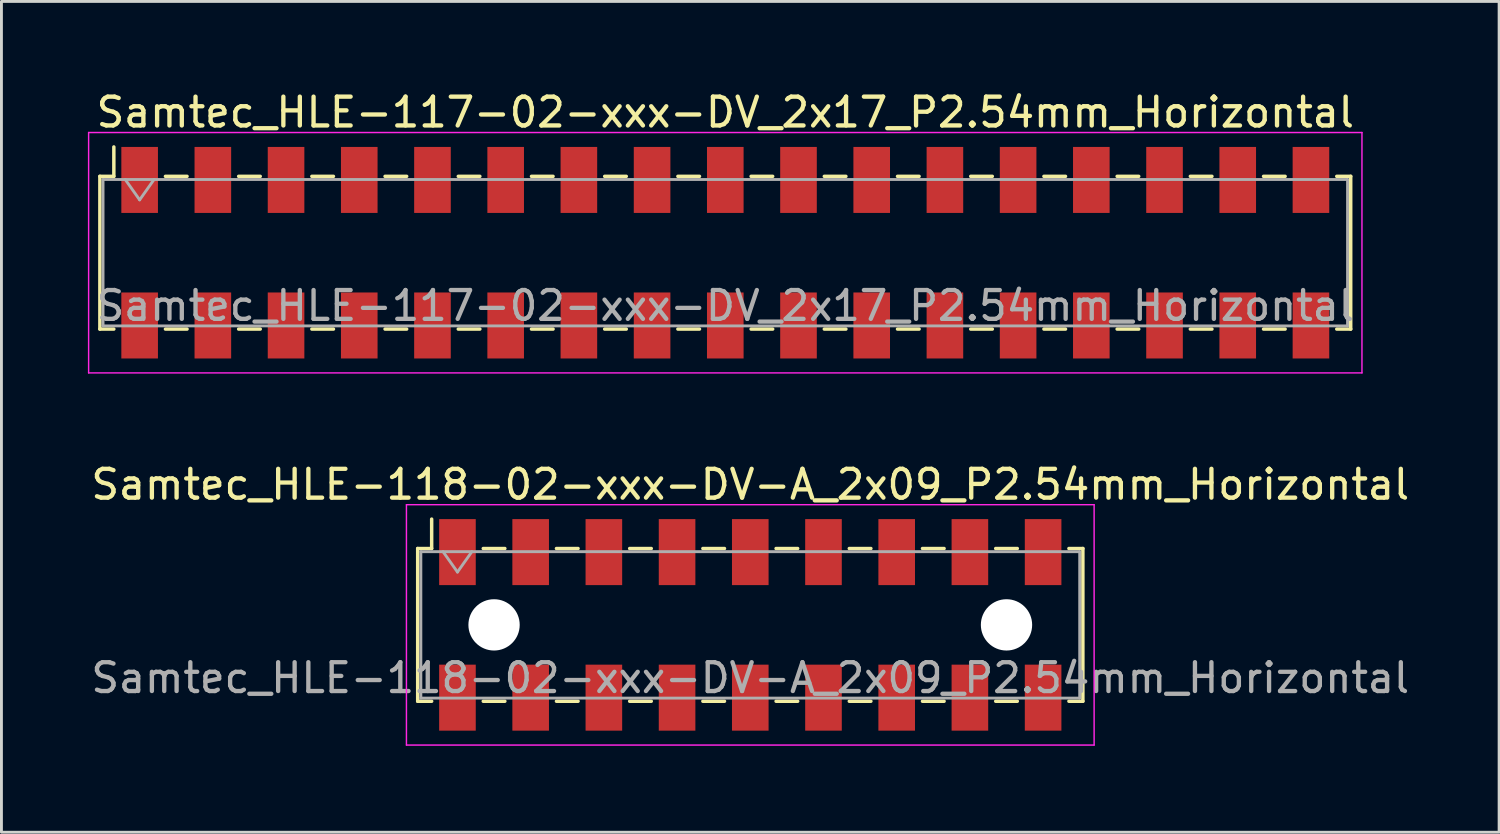
<source format=kicad_pcb>
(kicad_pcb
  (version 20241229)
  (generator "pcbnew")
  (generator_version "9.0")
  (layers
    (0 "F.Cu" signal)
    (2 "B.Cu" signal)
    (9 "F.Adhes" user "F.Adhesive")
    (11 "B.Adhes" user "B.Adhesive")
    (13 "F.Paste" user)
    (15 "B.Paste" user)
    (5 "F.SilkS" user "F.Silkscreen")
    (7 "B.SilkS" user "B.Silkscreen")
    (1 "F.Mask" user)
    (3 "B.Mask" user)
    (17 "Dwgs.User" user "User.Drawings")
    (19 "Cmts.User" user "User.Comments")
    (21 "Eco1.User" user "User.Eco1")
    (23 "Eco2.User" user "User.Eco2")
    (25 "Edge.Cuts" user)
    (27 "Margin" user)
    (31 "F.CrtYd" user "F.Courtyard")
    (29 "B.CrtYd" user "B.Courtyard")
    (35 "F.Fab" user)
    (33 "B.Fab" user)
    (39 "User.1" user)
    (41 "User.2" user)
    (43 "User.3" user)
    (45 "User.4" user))
  (footprint "Samtec_HLE-118-02-xxx-DV-A_2x09_P2.54mm_Horizontal"
    (layer "F.Cu")
    (at 22.982 18.631)
    (property "Reference" "Samtec_HLE-118-02-xxx-DV-A_2x09_P2.54mm_Horizontal" (at 0 -4.87 0) (layer "F.SilkS") (effects (font (size 1 1) (thickness 0.15))))
    (attr smd)
    (fp_line (start -11.54 -2.65) (end -11.54 2.65) (stroke (width 0.12) (type solid)) (layer "F.SilkS"))
    (fp_line (start -11.54 2.65) (end -11.055 2.65) (stroke (width 0.12) (type solid)) (layer "F.SilkS"))
    (fp_line (start -11.055 -3.67) (end -11.055 -2.65) (stroke (width 0.12) (type solid)) (layer "F.SilkS"))
    (fp_line (start -11.055 -2.65) (end -11.54 -2.65) (stroke (width 0.12) (type solid)) (layer "F.SilkS"))
    (fp_line (start -9.265 -2.65) (end -8.515 -2.65) (stroke (width 0.12) (type solid)) (layer "F.SilkS"))
    (fp_line (start -9.265 2.65) (end -8.515 2.65) (stroke (width 0.12) (type solid)) (layer "F.SilkS"))
    (fp_line (start -6.725 -2.65) (end -5.975 -2.65) (stroke (width 0.12) (type solid)) (layer "F.SilkS"))
    (fp_line (start -6.725 2.65) (end -5.975 2.65) (stroke (width 0.12) (type solid)) (layer "F.SilkS"))
    (fp_line (start -4.185 -2.65) (end -3.435 -2.65) (stroke (width 0.12) (type solid)) (layer "F.SilkS"))
    (fp_line (start -4.185 2.65) (end -3.435 2.65) (stroke (width 0.12) (type solid)) (layer "F.SilkS"))
    (fp_line (start -1.645 -2.65) (end -0.895 -2.65) (stroke (width 0.12) (type solid)) (layer "F.SilkS"))
    (fp_line (start -1.645 2.65) (end -0.895 2.65) (stroke (width 0.12) (type solid)) (layer "F.SilkS"))
    (fp_line (start 0.895 -2.65) (end 1.645 -2.65) (stroke (width 0.12) (type solid)) (layer "F.SilkS"))
    (fp_line (start 0.895 2.65) (end 1.645 2.65) (stroke (width 0.12) (type solid)) (layer "F.SilkS"))
    (fp_line (start 3.435 -2.65) (end 4.185 -2.65) (stroke (width 0.12) (type solid)) (layer "F.SilkS"))
    (fp_line (start 3.435 2.65) (end 4.185 2.65) (stroke (width 0.12) (type solid)) (layer "F.SilkS"))
    (fp_line (start 5.975 -2.65) (end 6.725 -2.65) (stroke (width 0.12) (type solid)) (layer "F.SilkS"))
    (fp_line (start 5.975 2.65) (end 6.725 2.65) (stroke (width 0.12) (type solid)) (layer "F.SilkS"))
    (fp_line (start 8.515 -2.65) (end 9.265 -2.65) (stroke (width 0.12) (type solid)) (layer "F.SilkS"))
    (fp_line (start 8.515 2.65) (end 9.265 2.65) (stroke (width 0.12) (type solid)) (layer "F.SilkS"))
    (fp_line (start 11.055 -2.65) (end 11.54 -2.65) (stroke (width 0.12) (type solid)) (layer "F.SilkS"))
    (fp_line (start 11.54 -2.65) (end 11.54 2.65) (stroke (width 0.12) (type solid)) (layer "F.SilkS"))
    (fp_line (start 11.54 2.65) (end 11.055 2.65) (stroke (width 0.12) (type solid)) (layer "F.SilkS"))
    (fp_line (start -11.93 -4.17) (end 11.93 -4.17) (stroke (width 0.05) (type solid)) (layer "F.CrtYd"))
    (fp_line (start -11.93 4.17) (end -11.93 -4.17) (stroke (width 0.05) (type solid)) (layer "F.CrtYd"))
    (fp_line (start 11.93 -4.17) (end 11.93 4.17) (stroke (width 0.05) (type solid)) (layer "F.CrtYd"))
    (fp_line (start 11.93 4.17) (end -11.93 4.17) (stroke (width 0.05) (type solid)) (layer "F.CrtYd"))
    (fp_line (start -11.43 -2.54) (end 11.43 -2.54) (stroke (width 0.1) (type solid)) (layer "F.Fab"))
    (fp_line (start -11.43 2.54) (end -11.43 -2.54) (stroke (width 0.1) (type solid)) (layer "F.Fab"))
    (fp_line (start -10.66 -2.54) (end -10.16 -1.833) (stroke (width 0.1) (type solid)) (layer "F.Fab"))
    (fp_line (start -10.16 -1.833) (end -9.66 -2.54) (stroke (width 0.1) (type solid)) (layer "F.Fab"))
    (fp_line (start 11.43 -2.54) (end 11.43 2.54) (stroke (width 0.1) (type solid)) (layer "F.Fab"))
    (fp_line (start 11.43 2.54) (end -11.43 2.54) (stroke (width 0.1) (type solid)) (layer "F.Fab"))
    (fp_text user "${REFERENCE}" (at 0 1.84 0) (layer "F.Fab") (effects (font (size 1 1) (thickness 0.15))))
    (pad "" np_thru_hole circle (at -8.89 0) (size 1.78 1.78) (drill 1.78) (layers "*.Cu" "*.Mask"))
    (pad "" np_thru_hole circle (at 8.89 0) (size 1.78 1.78) (drill 1.78) (layers "*.Cu" "*.Mask"))
    (pad "1" smd rect (at -10.16 -2.525) (size 1.27 2.29) (layers "F.Cu" "F.Mask" "F.Paste"))
    (pad "2" smd rect (at -10.16 2.525) (size 1.27 2.29) (layers "F.Cu" "F.Mask" "F.Paste"))
    (pad "3" smd rect (at -7.62 -2.525) (size 1.27 2.29) (layers "F.Cu" "F.Mask" "F.Paste"))
    (pad "4" smd rect (at -7.62 2.525) (size 1.27 2.29) (layers "F.Cu" "F.Mask" "F.Paste"))
    (pad "5" smd rect (at -5.08 -2.525) (size 1.27 2.29) (layers "F.Cu" "F.Mask" "F.Paste"))
    (pad "6" smd rect (at -5.08 2.525) (size 1.27 2.29) (layers "F.Cu" "F.Mask" "F.Paste"))
    (pad "7" smd rect (at -2.54 -2.525) (size 1.27 2.29) (layers "F.Cu" "F.Mask" "F.Paste"))
    (pad "8" smd rect (at -2.54 2.525) (size 1.27 2.29) (layers "F.Cu" "F.Mask" "F.Paste"))
    (pad "9" smd rect (at 0 -2.525) (size 1.27 2.29) (layers "F.Cu" "F.Mask" "F.Paste"))
    (pad "10" smd rect (at 0 2.525) (size 1.27 2.29) (layers "F.Cu" "F.Mask" "F.Paste"))
    (pad "11" smd rect (at 2.54 -2.525) (size 1.27 2.29) (layers "F.Cu" "F.Mask" "F.Paste"))
    (pad "12" smd rect (at 2.54 2.525) (size 1.27 2.29) (layers "F.Cu" "F.Mask" "F.Paste"))
    (pad "13" smd rect (at 5.08 -2.525) (size 1.27 2.29) (layers "F.Cu" "F.Mask" "F.Paste"))
    (pad "14" smd rect (at 5.08 2.525) (size 1.27 2.29) (layers "F.Cu" "F.Mask" "F.Paste"))
    (pad "15" smd rect (at 7.62 -2.525) (size 1.27 2.29) (layers "F.Cu" "F.Mask" "F.Paste"))
    (pad "16" smd rect (at 7.62 2.525) (size 1.27 2.29) (layers "F.Cu" "F.Mask" "F.Paste"))
    (pad "17" smd rect (at 10.16 -2.525) (size 1.27 2.29) (layers "F.Cu" "F.Mask" "F.Paste"))
    (pad "18" smd rect (at 10.16 2.525) (size 1.27 2.29) (layers "F.Cu" "F.Mask" "F.Paste")))
  (footprint "Samtec_HLE-117-02-xxx-DV_2x17_P2.54mm_Horizontal"
    (layer "F.Cu")
    (at 22.115 5.718)
    (property "Reference" "Samtec_HLE-117-02-xxx-DV_2x17_P2.54mm_Horizontal" (at 0 -4.87 0) (layer "F.SilkS") (effects (font (size 1 1) (thickness 0.15))))
    (attr smd)
    (fp_line (start -21.7 -2.65) (end -21.7 2.65) (stroke (width 0.12) (type solid)) (layer "F.SilkS"))
    (fp_line (start -21.7 2.65) (end -21.215 2.65) (stroke (width 0.12) (type solid)) (layer "F.SilkS"))
    (fp_line (start -21.215 -3.67) (end -21.215 -2.65) (stroke (width 0.12) (type solid)) (layer "F.SilkS"))
    (fp_line (start -21.215 -2.65) (end -21.7 -2.65) (stroke (width 0.12) (type solid)) (layer "F.SilkS"))
    (fp_line (start -19.425 -2.65) (end -18.675 -2.65) (stroke (width 0.12) (type solid)) (layer "F.SilkS"))
    (fp_line (start -19.425 2.65) (end -18.675 2.65) (stroke (width 0.12) (type solid)) (layer "F.SilkS"))
    (fp_line (start -16.885 -2.65) (end -16.135 -2.65) (stroke (width 0.12) (type solid)) (layer "F.SilkS"))
    (fp_line (start -16.885 2.65) (end -16.135 2.65) (stroke (width 0.12) (type solid)) (layer "F.SilkS"))
    (fp_line (start -14.345 -2.65) (end -13.595 -2.65) (stroke (width 0.12) (type solid)) (layer "F.SilkS"))
    (fp_line (start -14.345 2.65) (end -13.595 2.65) (stroke (width 0.12) (type solid)) (layer "F.SilkS"))
    (fp_line (start -11.805 -2.65) (end -11.055 -2.65) (stroke (width 0.12) (type solid)) (layer "F.SilkS"))
    (fp_line (start -11.805 2.65) (end -11.055 2.65) (stroke (width 0.12) (type solid)) (layer "F.SilkS"))
    (fp_line (start -9.265 -2.65) (end -8.515 -2.65) (stroke (width 0.12) (type solid)) (layer "F.SilkS"))
    (fp_line (start -9.265 2.65) (end -8.515 2.65) (stroke (width 0.12) (type solid)) (layer "F.SilkS"))
    (fp_line (start -6.725 -2.65) (end -5.975 -2.65) (stroke (width 0.12) (type solid)) (layer "F.SilkS"))
    (fp_line (start -6.725 2.65) (end -5.975 2.65) (stroke (width 0.12) (type solid)) (layer "F.SilkS"))
    (fp_line (start -4.185 -2.65) (end -3.435 -2.65) (stroke (width 0.12) (type solid)) (layer "F.SilkS"))
    (fp_line (start -4.185 2.65) (end -3.435 2.65) (stroke (width 0.12) (type solid)) (layer "F.SilkS"))
    (fp_line (start -1.645 -2.65) (end -0.895 -2.65) (stroke (width 0.12) (type solid)) (layer "F.SilkS"))
    (fp_line (start -1.645 2.65) (end -0.895 2.65) (stroke (width 0.12) (type solid)) (layer "F.SilkS"))
    (fp_line (start 0.895 -2.65) (end 1.645 -2.65) (stroke (width 0.12) (type solid)) (layer "F.SilkS"))
    (fp_line (start 0.895 2.65) (end 1.645 2.65) (stroke (width 0.12) (type solid)) (layer "F.SilkS"))
    (fp_line (start 3.435 -2.65) (end 4.185 -2.65) (stroke (width 0.12) (type solid)) (layer "F.SilkS"))
    (fp_line (start 3.435 2.65) (end 4.185 2.65) (stroke (width 0.12) (type solid)) (layer "F.SilkS"))
    (fp_line (start 5.975 -2.65) (end 6.725 -2.65) (stroke (width 0.12) (type solid)) (layer "F.SilkS"))
    (fp_line (start 5.975 2.65) (end 6.725 2.65) (stroke (width 0.12) (type solid)) (layer "F.SilkS"))
    (fp_line (start 8.515 -2.65) (end 9.265 -2.65) (stroke (width 0.12) (type solid)) (layer "F.SilkS"))
    (fp_line (start 8.515 2.65) (end 9.265 2.65) (stroke (width 0.12) (type solid)) (layer "F.SilkS"))
    (fp_line (start 11.055 -2.65) (end 11.805 -2.65) (stroke (width 0.12) (type solid)) (layer "F.SilkS"))
    (fp_line (start 11.055 2.65) (end 11.805 2.65) (stroke (width 0.12) (type solid)) (layer "F.SilkS"))
    (fp_line (start 13.595 -2.65) (end 14.345 -2.65) (stroke (width 0.12) (type solid)) (layer "F.SilkS"))
    (fp_line (start 13.595 2.65) (end 14.345 2.65) (stroke (width 0.12) (type solid)) (layer "F.SilkS"))
    (fp_line (start 16.135 -2.65) (end 16.885 -2.65) (stroke (width 0.12) (type solid)) (layer "F.SilkS"))
    (fp_line (start 16.135 2.65) (end 16.885 2.65) (stroke (width 0.12) (type solid)) (layer "F.SilkS"))
    (fp_line (start 18.675 -2.65) (end 19.425 -2.65) (stroke (width 0.12) (type solid)) (layer "F.SilkS"))
    (fp_line (start 18.675 2.65) (end 19.425 2.65) (stroke (width 0.12) (type solid)) (layer "F.SilkS"))
    (fp_line (start 21.215 -2.65) (end 21.7 -2.65) (stroke (width 0.12) (type solid)) (layer "F.SilkS"))
    (fp_line (start 21.7 -2.65) (end 21.7 2.65) (stroke (width 0.12) (type solid)) (layer "F.SilkS"))
    (fp_line (start 21.7 2.65) (end 21.215 2.65) (stroke (width 0.12) (type solid)) (layer "F.SilkS"))
    (fp_line (start -22.09 -4.17) (end 22.09 -4.17) (stroke (width 0.05) (type solid)) (layer "F.CrtYd"))
    (fp_line (start -22.09 4.17) (end -22.09 -4.17) (stroke (width 0.05) (type solid)) (layer "F.CrtYd"))
    (fp_line (start 22.09 -4.17) (end 22.09 4.17) (stroke (width 0.05) (type solid)) (layer "F.CrtYd"))
    (fp_line (start 22.09 4.17) (end -22.09 4.17) (stroke (width 0.05) (type solid)) (layer "F.CrtYd"))
    (fp_line (start -21.59 -2.54) (end 21.59 -2.54) (stroke (width 0.1) (type solid)) (layer "F.Fab"))
    (fp_line (start -21.59 2.54) (end -21.59 -2.54) (stroke (width 0.1) (type solid)) (layer "F.Fab"))
    (fp_line (start -20.82 -2.54) (end -20.32 -1.833) (stroke (width 0.1) (type solid)) (layer "F.Fab"))
    (fp_line (start -20.32 -1.833) (end -19.82 -2.54) (stroke (width 0.1) (type solid)) (layer "F.Fab"))
    (fp_line (start 21.59 -2.54) (end 21.59 2.54) (stroke (width 0.1) (type solid)) (layer "F.Fab"))
    (fp_line (start 21.59 2.54) (end -21.59 2.54) (stroke (width 0.1) (type solid)) (layer "F.Fab"))
    (fp_text user "${REFERENCE}" (at 0 1.84 0) (layer "F.Fab") (effects (font (size 1 1) (thickness 0.15))))
    (pad "1" smd rect (at -20.32 -2.525) (size 1.27 2.29) (layers "F.Cu" "F.Mask" "F.Paste"))
    (pad "2" smd rect (at -20.32 2.525) (size 1.27 2.29) (layers "F.Cu" "F.Mask" "F.Paste"))
    (pad "3" smd rect (at -17.78 -2.525) (size 1.27 2.29) (layers "F.Cu" "F.Mask" "F.Paste"))
    (pad "4" smd rect (at -17.78 2.525) (size 1.27 2.29) (layers "F.Cu" "F.Mask" "F.Paste"))
    (pad "5" smd rect (at -15.24 -2.525) (size 1.27 2.29) (layers "F.Cu" "F.Mask" "F.Paste"))
    (pad "6" smd rect (at -15.24 2.525) (size 1.27 2.29) (layers "F.Cu" "F.Mask" "F.Paste"))
    (pad "7" smd rect (at -12.7 -2.525) (size 1.27 2.29) (layers "F.Cu" "F.Mask" "F.Paste"))
    (pad "8" smd rect (at -12.7 2.525) (size 1.27 2.29) (layers "F.Cu" "F.Mask" "F.Paste"))
    (pad "9" smd rect (at -10.16 -2.525) (size 1.27 2.29) (layers "F.Cu" "F.Mask" "F.Paste"))
    (pad "10" smd rect (at -10.16 2.525) (size 1.27 2.29) (layers "F.Cu" "F.Mask" "F.Paste"))
    (pad "11" smd rect (at -7.62 -2.525) (size 1.27 2.29) (layers "F.Cu" "F.Mask" "F.Paste"))
    (pad "12" smd rect (at -7.62 2.525) (size 1.27 2.29) (layers "F.Cu" "F.Mask" "F.Paste"))
    (pad "13" smd rect (at -5.08 -2.525) (size 1.27 2.29) (layers "F.Cu" "F.Mask" "F.Paste"))
    (pad "14" smd rect (at -5.08 2.525) (size 1.27 2.29) (layers "F.Cu" "F.Mask" "F.Paste"))
    (pad "15" smd rect (at -2.54 -2.525) (size 1.27 2.29) (layers "F.Cu" "F.Mask" "F.Paste"))
    (pad "16" smd rect (at -2.54 2.525) (size 1.27 2.29) (layers "F.Cu" "F.Mask" "F.Paste"))
    (pad "17" smd rect (at 0 -2.525) (size 1.27 2.29) (layers "F.Cu" "F.Mask" "F.Paste"))
    (pad "18" smd rect (at 0 2.525) (size 1.27 2.29) (layers "F.Cu" "F.Mask" "F.Paste"))
    (pad "19" smd rect (at 2.54 -2.525) (size 1.27 2.29) (layers "F.Cu" "F.Mask" "F.Paste"))
    (pad "20" smd rect (at 2.54 2.525) (size 1.27 2.29) (layers "F.Cu" "F.Mask" "F.Paste"))
    (pad "21" smd rect (at 5.08 -2.525) (size 1.27 2.29) (layers "F.Cu" "F.Mask" "F.Paste"))
    (pad "22" smd rect (at 5.08 2.525) (size 1.27 2.29) (layers "F.Cu" "F.Mask" "F.Paste"))
    (pad "23" smd rect (at 7.62 -2.525) (size 1.27 2.29) (layers "F.Cu" "F.Mask" "F.Paste"))
    (pad "24" smd rect (at 7.62 2.525) (size 1.27 2.29) (layers "F.Cu" "F.Mask" "F.Paste"))
    (pad "25" smd rect (at 10.16 -2.525) (size 1.27 2.29) (layers "F.Cu" "F.Mask" "F.Paste"))
    (pad "26" smd rect (at 10.16 2.525) (size 1.27 2.29) (layers "F.Cu" "F.Mask" "F.Paste"))
    (pad "27" smd rect (at 12.7 -2.525) (size 1.27 2.29) (layers "F.Cu" "F.Mask" "F.Paste"))
    (pad "28" smd rect (at 12.7 2.525) (size 1.27 2.29) (layers "F.Cu" "F.Mask" "F.Paste"))
    (pad "29" smd rect (at 15.24 -2.525) (size 1.27 2.29) (layers "F.Cu" "F.Mask" "F.Paste"))
    (pad "30" smd rect (at 15.24 2.525) (size 1.27 2.29) (layers "F.Cu" "F.Mask" "F.Paste"))
    (pad "31" smd rect (at 17.78 -2.525) (size 1.27 2.29) (layers "F.Cu" "F.Mask" "F.Paste"))
    (pad "32" smd rect (at 17.78 2.525) (size 1.27 2.29) (layers "F.Cu" "F.Mask" "F.Paste"))
    (pad "33" smd rect (at 20.32 -2.525) (size 1.27 2.29) (layers "F.Cu" "F.Mask" "F.Paste"))
    (pad "34" smd rect (at 20.32 2.525) (size 1.27 2.29) (layers "F.Cu" "F.Mask" "F.Paste")))
  (gr_rect
    (start -3 -3)
    (end 48.964 25.826)
    (stroke (width 0.1) (type default))
    (fill no)
    (layer "Edge.Cuts")))
</source>
